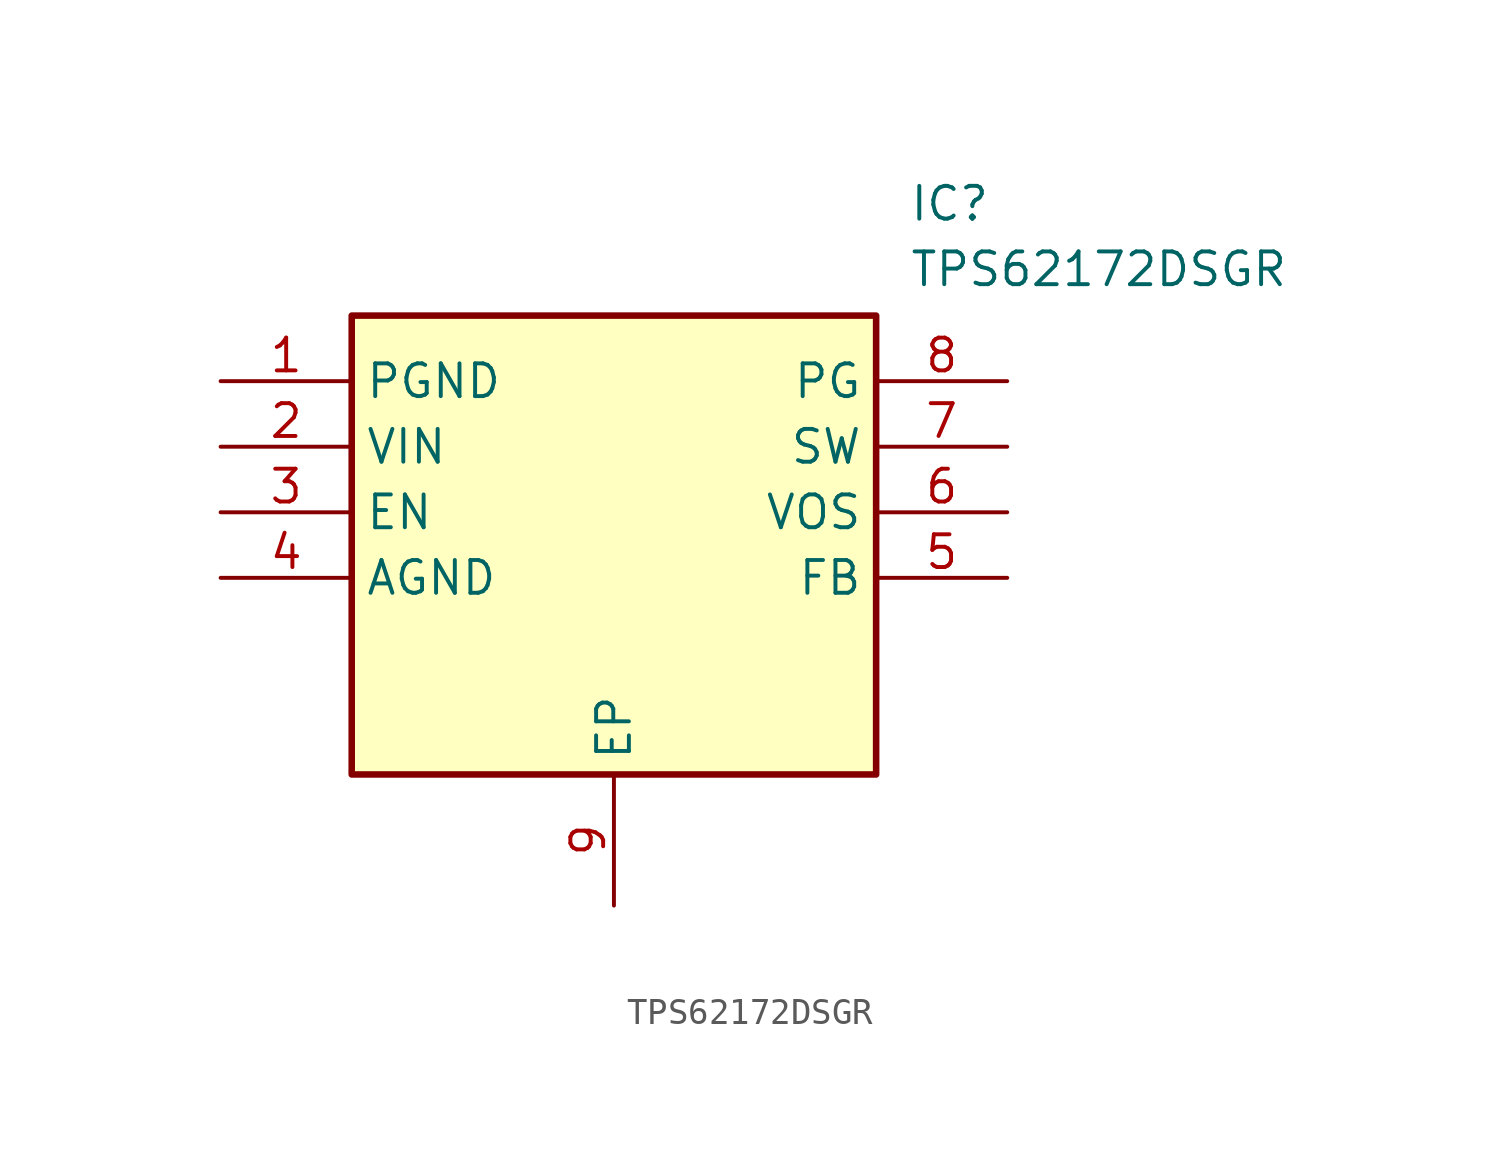
<source format=kicad_sym>
(kicad_symbol_lib
  (version 20211014)
  (generator SamacSys_ECAD_Model)
  (symbol "TPS62172DSGR"
    (property "Reference" "IC"
      (at 26.67 7.62 0)
      (effects (font (size 1.27 1.27)) (justify left top)))
    (property "Value" "TPS62172DSGR"
      (at 26.67 5.08 0)
      (effects (font (size 1.27 1.27)) (justify left top)))
    (rectangle
      (start 5.08 2.54)
      (end 25.4 -15.24)
      (stroke (width 0.254) (type default))
      (fill (type background)))
    (pin passive line
      (at 0 0 0)
      (length 5.08)
      (name "PGND" (effects (font (size 1.27 1.27))))
      (number "1" (effects (font (size 1.27 1.27)))))
    (pin passive line
      (at 0 -2.54 0)
      (length 5.08)
      (name "VIN" (effects (font (size 1.27 1.27))))
      (number "2" (effects (font (size 1.27 1.27)))))
    (pin passive line
      (at 0 -5.08 0)
      (length 5.08)
      (name "EN" (effects (font (size 1.27 1.27))))
      (number "3" (effects (font (size 1.27 1.27)))))
    (pin passive line
      (at 0 -7.62 0)
      (length 5.08)
      (name "AGND" (effects (font (size 1.27 1.27))))
      (number "4" (effects (font (size 1.27 1.27)))))
    (pin passive line
      (at 15.24 -20.32 90)
      (length 5.08)
      (name "EP" (effects (font (size 1.27 1.27))))
      (number "9" (effects (font (size 1.27 1.27)))))
    (pin passive line
      (at 30.48 0 180)
      (length 5.08)
      (name "PG" (effects (font (size 1.27 1.27))))
      (number "8" (effects (font (size 1.27 1.27)))))
    (pin passive line
      (at 30.48 -2.54 180)
      (length 5.08)
      (name "SW" (effects (font (size 1.27 1.27))))
      (number "7" (effects (font (size 1.27 1.27)))))
    (pin passive line
      (at 30.48 -5.08 180)
      (length 5.08)
      (name "VOS" (effects (font (size 1.27 1.27))))
      (number "6" (effects (font (size 1.27 1.27)))))
    (pin passive line
      (at 30.48 -7.62 180)
      (length 5.08)
      (name "FB" (effects (font (size 1.27 1.27))))
      (number "5" (effects (font (size 1.27 1.27)))))))
</source>
